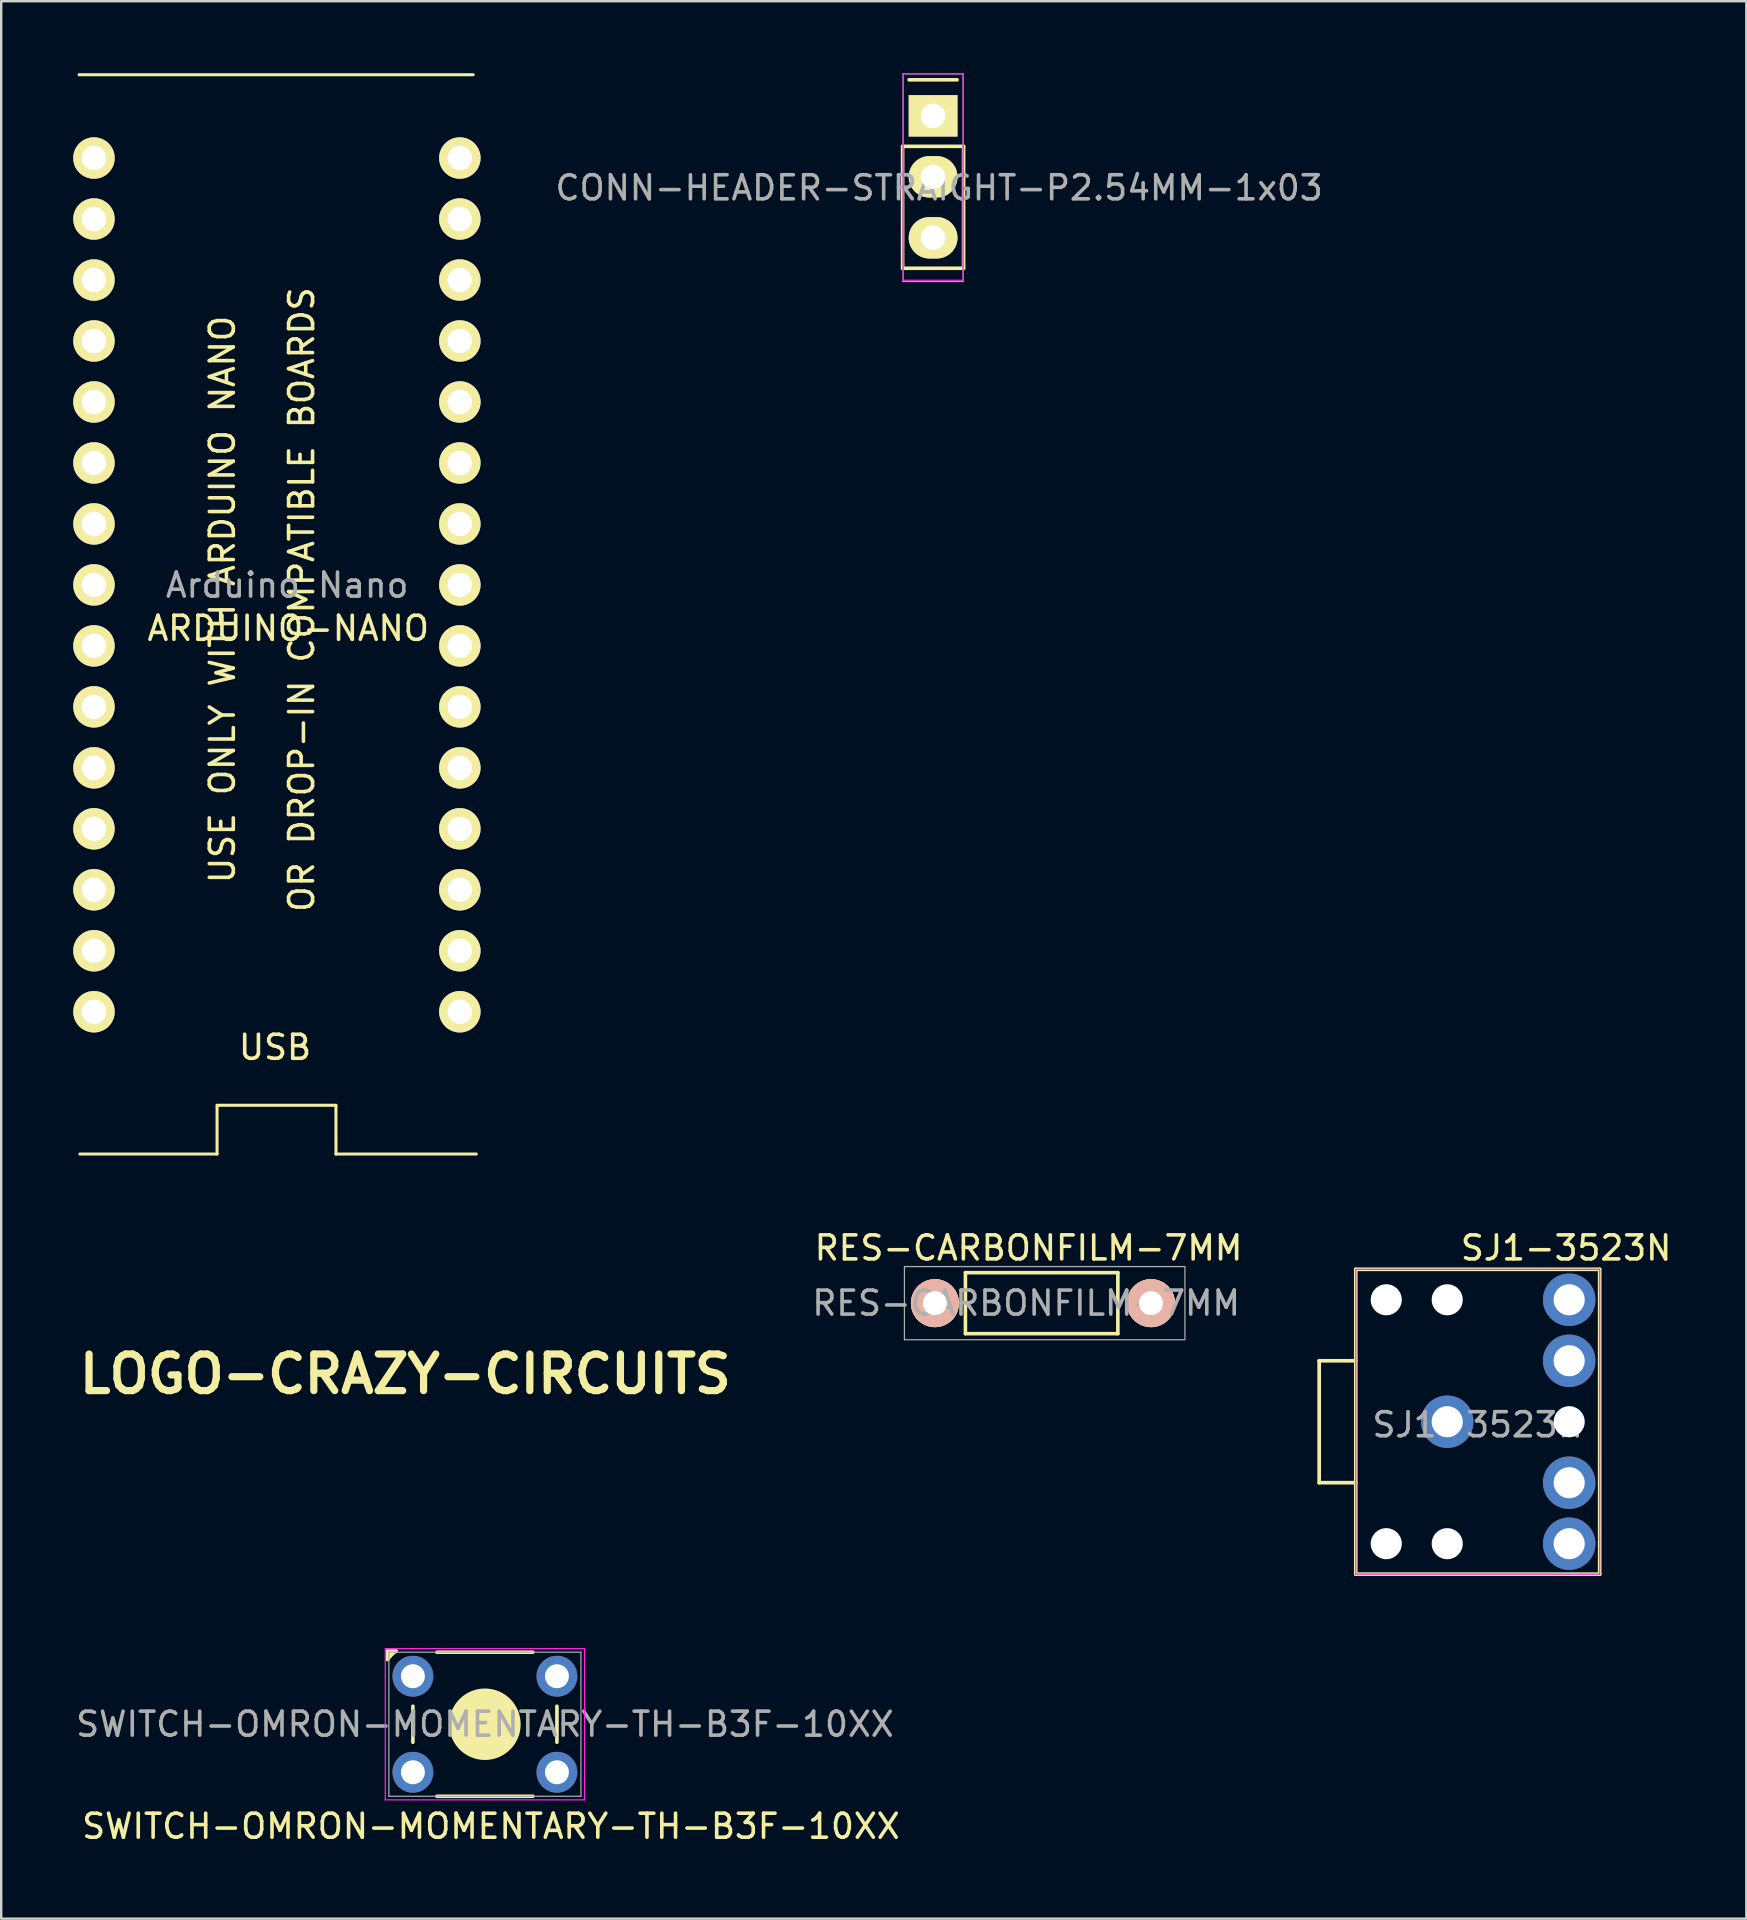
<source format=kicad_pcb>
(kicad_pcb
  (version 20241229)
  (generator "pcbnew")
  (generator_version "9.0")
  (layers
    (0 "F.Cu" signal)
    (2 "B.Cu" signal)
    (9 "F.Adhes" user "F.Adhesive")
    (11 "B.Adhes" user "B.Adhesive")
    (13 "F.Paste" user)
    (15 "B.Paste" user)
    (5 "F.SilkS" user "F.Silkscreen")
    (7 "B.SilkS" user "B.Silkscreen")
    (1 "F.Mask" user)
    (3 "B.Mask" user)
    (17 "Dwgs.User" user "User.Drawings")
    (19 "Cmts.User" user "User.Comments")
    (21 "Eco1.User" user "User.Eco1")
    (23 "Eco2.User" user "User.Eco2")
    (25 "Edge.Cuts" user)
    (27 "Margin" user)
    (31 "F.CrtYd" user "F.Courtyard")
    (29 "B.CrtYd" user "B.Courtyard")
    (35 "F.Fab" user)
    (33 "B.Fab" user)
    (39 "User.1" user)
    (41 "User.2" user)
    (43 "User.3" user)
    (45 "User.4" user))
  (footprint "LOGO-CRAZY-CIRCUITS"
    (layer "F.Cu")
    (at 13.832 54.186)
    (property "Reference" "LOGO-CRAZY-CIRCUITS" (at 0 0 0) (layer "F.SilkS") (effects (font (size 1.524 1.524) (thickness 0.3))))
    (attr through_hole)
    (fp_poly (pts (xy 11.684 6.35) (xy -11.43 6.35) (xy -11.43 -6.096) (xy 11.684 -6.096) (xy 11.684 6.35)) (stroke (width 0.01) (type solid)) (fill yes) (layer "F.Mask")))
  (footprint "CONN-HEADER-STRAIGHT-P2.54MM-1x03"
    (layer "F.Cu")
    (at 35.818 1.775)
    (property "Reference" "CONN-HEADER-STRAIGHT-P2.54MM-1x03" (at 0.25 3 180) (layer "F.Fab") (effects (font (size 1 1) (thickness 0.15))))
    (attr through_hole)
    (fp_line (start -1.27 1.27) (end -1.27 6.35) (stroke (width 0.15) (type solid)) (layer "F.SilkS"))
    (fp_line (start -1.27 6.35) (end 1.27 6.35) (stroke (width 0.15) (type solid)) (layer "F.SilkS"))
    (fp_line (start -1 -1.5) (end 1 -1.5) (stroke (width 0.15) (type solid)) (layer "F.SilkS"))
    (fp_line (start 1.27 1.27) (end -1.27 1.27) (stroke (width 0.15) (type solid)) (layer "F.SilkS"))
    (fp_line (start 1.27 6.35) (end 1.27 1.27) (stroke (width 0.15) (type solid)) (layer "F.SilkS"))
    (fp_line (start -1.25 -1.75) (end -1.25 6.85) (stroke (width 0.05) (type solid)) (layer "F.CrtYd"))
    (fp_line (start -1.25 -1.75) (end 1.25 -1.75) (stroke (width 0.05) (type solid)) (layer "F.CrtYd"))
    (fp_line (start -1.25 6.85) (end 1.25 6.85) (stroke (width 0.05) (type solid)) (layer "F.CrtYd"))
    (fp_line (start 1.25 -1.75) (end 1.25 6.85) (stroke (width 0.05) (type solid)) (layer "F.CrtYd"))
    (fp_line (start -1.25 -1.75) (end -1.25 6.9) (stroke (width 0.051) (type solid)) (layer "F.Fab"))
    (fp_line (start 1.25 -1.75) (end -1.25 -1.75) (stroke (width 0.051) (type solid)) (layer "F.Fab"))
    (fp_line (start 1.25 -1.75) (end 1.25 6.9) (stroke (width 0.051) (type solid)) (layer "F.Fab"))
    (fp_line (start 1.25 6.9) (end -1.25 6.9) (stroke (width 0.051) (type solid)) (layer "F.Fab"))
    (pad "1" thru_hole rect (at 0 0) (size 2.032 1.727) (drill 1.016) (layers "*.Cu" "*.Mask" "F.SilkS"))
    (pad "2" thru_hole oval (at 0 2.54) (size 2.032 1.727) (drill 1.016) (layers "*.Cu" "*.Mask" "F.SilkS"))
    (pad "3" thru_hole oval (at 0 5.08) (size 2.032 1.727) (drill 1.016) (layers "*.Cu" "*.Mask" "F.SilkS")))
  (footprint "RES-CARBONFILM-7MM"
    (layer "F.Cu")
    (at 35.894 51.233)
    (property "Reference" "RES-CARBONFILM-7MM" (at 3.8 0 0) (layer "F.Fab") (effects (font (size 1 1) (thickness 0.15))))
    (attr through_hole)
    (fp_line (start 1.27 -1.27) (end 7.62 -1.27) (stroke (width 0.15) (type solid)) (layer "F.SilkS"))
    (fp_line (start 1.27 1.27) (end 1.27 -1.27) (stroke (width 0.15) (type solid)) (layer "F.SilkS"))
    (fp_line (start 7.62 -1.27) (end 7.62 1.27) (stroke (width 0.15) (type solid)) (layer "F.SilkS"))
    (fp_line (start 7.62 1.27) (end 1.27 1.27) (stroke (width 0.15) (type solid)) (layer "F.SilkS"))
    (fp_line (start -1.27 -1.524) (end -1.27 1.524) (stroke (width 0.051) (type solid)) (layer "F.Fab"))
    (fp_line (start -1.27 1.524) (end 10.414 1.524) (stroke (width 0.051) (type solid)) (layer "F.Fab"))
    (fp_line (start 10.414 -1.524) (end -1.27 -1.524) (stroke (width 0.051) (type solid)) (layer "F.Fab"))
    (fp_line (start 10.414 1.5) (end 10.414 -1.5) (stroke (width 0.051) (type solid)) (layer "F.Fab"))
    (fp_text user "${REFERENCE}" (at 3.9 -2.3 0) (layer "F.SilkS") (effects (font (size 1 1) (thickness 0.15))))
    (pad "1" thru_hole circle (at 0 0) (size 1.999 1.999) (drill 1.001) (layers "*.Cu" "*.SilkS" "*.Mask"))
    (pad "2" thru_hole circle (at 9 0) (size 1.999 1.999) (drill 1.001) (layers "*.Cu" "*.SilkS" "*.Mask")))
  (footprint "SWITCH-OMRON-MOMENTARY-TH-B3F-10XX"
    (layer "F.Cu")
    (at 14.149 66.773)
    (property "Reference" "SWITCH-OMRON-MOMENTARY-TH-B3F-10XX" (at 3 2 0) (layer "F.Fab") (effects (font (size 1 1) (thickness 0.15))))
    (attr through_hole)
    (fp_line (start -1.05 -1.05) (end -1.05 -0.7) (stroke (width 0.15) (type solid)) (layer "F.SilkS"))
    (fp_line (start -1.05 -1.05) (end -0.7 -1.05) (stroke (width 0.15) (type solid)) (layer "F.SilkS"))
    (fp_line (start -0.95 -1) (end -0.95 -0.9) (stroke (width 0.15) (type solid)) (layer "F.SilkS"))
    (fp_line (start 0 2) (end 0 2) (stroke (width 0.1) (type solid)) (layer "F.SilkS"))
    (fp_line (start 0 2.75) (end 0 1.25) (stroke (width 0.15) (type solid)) (layer "F.SilkS"))
    (fp_line (start 1 -1) (end 5 -1) (stroke (width 0.15) (type solid)) (layer "F.SilkS"))
    (fp_line (start 1 5) (end 5 5) (stroke (width 0.15) (type solid)) (layer "F.SilkS"))
    (fp_line (start 5 -1) (end 1 -1) (stroke (width 0.1) (type solid)) (layer "F.SilkS"))
    (fp_line (start 5 5) (end 1 5) (stroke (width 0.1) (type solid)) (layer "F.SilkS"))
    (fp_line (start 6 1.25) (end 6 2.75) (stroke (width 0.15) (type solid)) (layer "F.SilkS"))
    (fp_line (start 6 2) (end 6 2) (stroke (width 0.1) (type solid)) (layer "F.SilkS"))
    (fp_arc (start -1.05 -0.7) (mid -0.892328 -0.892328) (end -0.7 -1.05) (stroke (width 0.15) (type solid)) (layer "F.SilkS"))
    (fp_circle (center 3 2) (end 4 3) (stroke (width 0) (type solid)) (fill yes) (layer "F.SilkS"))
    (fp_circle (center 3 2) (end 4 3) (stroke (width 0.15) (type solid)) (fill no) (layer "F.SilkS"))
    (fp_line (start -1.15 -1.15) (end 0.45 -1.15) (stroke (width 0.05) (type solid)) (layer "F.CrtYd"))
    (fp_line (start -1.15 0) (end -1.15 -1.15) (stroke (width 0.05) (type solid)) (layer "F.CrtYd"))
    (fp_line (start -1.15 0) (end -1.15 5.15) (stroke (width 0.05) (type solid)) (layer "F.CrtYd"))
    (fp_line (start -1.15 5.15) (end 7.15 5.15) (stroke (width 0.05) (type solid)) (layer "F.CrtYd"))
    (fp_line (start 7.15 -1.15) (end 0.45 -1.15) (stroke (width 0.05) (type solid)) (layer "F.CrtYd"))
    (fp_line (start 7.15 5.15) (end 7.15 -1.15) (stroke (width 0.05) (type solid)) (layer "F.CrtYd"))
    (fp_line (start -1 -1) (end -1 5) (stroke (width 0.05) (type solid)) (layer "F.Fab"))
    (fp_line (start -1 5) (end 7 5) (stroke (width 0.05) (type solid)) (layer "F.Fab"))
    (fp_line (start 7 -1) (end -1 -1) (stroke (width 0.05) (type solid)) (layer "F.Fab"))
    (fp_line (start 7 5) (end 7 -1) (stroke (width 0.05) (type solid)) (layer "F.Fab"))
    (fp_text user "${REFERENCE}" (at 3.25 6.25 0) (layer "F.SilkS") (effects (font (size 1 1) (thickness 0.15))))
    (pad "1" thru_hole circle (at 0 0) (size 1.7 1.7) (drill 1) (layers "*.Cu" "*.Mask"))
    (pad "2" thru_hole circle (at 6 0) (size 1.7 1.7) (drill 1) (layers "*.Cu" "*.Mask"))
    (pad "3" thru_hole circle (at 0 4) (size 1.7 1.7) (drill 1) (layers "*.Cu" "*.Mask"))
    (pad "4" thru_hole circle (at 6 4) (size 1.7 1.7) (drill 1) (layers "*.Cu" "*.Mask")))
  (footprint "ARDUINO-NANO"
    (layer "F.Cu")
    (at 8.557 21.623)
    (property "Reference" "ARDUINO-NANO" (at 0.4 1.5 0) (layer "F.SilkS") (effects (font (size 1 1) (thickness 0.15))))
    (attr through_hole)
    (fp_line (start -8.313 -21.56) (end 8.103 -21.56) (stroke (width 0.127) (type solid)) (layer "F.SilkS"))
    (fp_line (start -8.28 23.398) (end -2.565 23.398) (stroke (width 0.127) (type solid)) (layer "F.SilkS"))
    (fp_line (start -2.565 23.39) (end -2.565 21.39) (stroke (width 0.127) (type solid)) (layer "F.SilkS"))
    (fp_line (start 2.388 21.366) (end -2.565 21.366) (stroke (width 0.127) (type solid)) (layer "F.SilkS"))
    (fp_line (start 2.388 23.398) (end 2.387 21.39) (stroke (width 0.127) (type solid)) (layer "F.SilkS"))
    (fp_line (start 2.388 23.398) (end 8.23 23.398) (stroke (width 0.127) (type solid)) (layer "F.SilkS"))
    (fp_text user "OR DROP-IN COMPATIBLE BOARDS" (at 0.958 0.301 90) (layer "F.SilkS") (effects (font (size 1 1) (thickness 0.15))))
    (fp_text user "USE ONLY WITH ARDUINO NANO" (at -2.344 0.301 90) (layer "F.SilkS") (effects (font (size 1 1) (thickness 0.15))))
    (fp_text user "USB" (at -0.152 18.953 0) (layer "F.SilkS") (effects (font (size 1 1) (thickness 0.15))))
    (fp_text user "Arduino Nano" (at 0.356 -0.299 0) (layer "F.Fab") (effects (font (size 1 1) (thickness 0.15))))
    (pad "3V3" thru_hole circle (at 7.547 14.931 180) (size 1.727 1.727) (drill 1.016) (layers "*.Cu" "*.Mask" "F.SilkS"))
    (pad "5V" thru_hole circle (at 7.547 -10.47 180) (size 1.727 1.727) (drill 1.016) (layers "*.Cu" "*.Mask" "F.SilkS"))
    (pad "A0" thru_hole circle (at 7.547 9.851 180) (size 1.727 1.727) (drill 1.016) (layers "*.Cu" "*.Mask" "F.SilkS"))
    (pad "A1" thru_hole circle (at 7.547 7.311 180) (size 1.727 1.727) (drill 1.016) (layers "*.Cu" "*.Mask" "F.SilkS"))
    (pad "A2" thru_hole circle (at 7.547 4.771 180) (size 1.727 1.727) (drill 1.016) (layers "*.Cu" "*.Mask" "F.SilkS"))
    (pad "A3" thru_hole circle (at 7.547 2.231 180) (size 1.727 1.727) (drill 1.016) (layers "*.Cu" "*.Mask" "F.SilkS"))
    (pad "A4" thru_hole circle (at 7.547 -0.309 180) (size 1.727 1.727) (drill 1.016) (layers "*.Cu" "*.Mask" "F.SilkS"))
    (pad "A5" thru_hole circle (at 7.547 -2.849 180) (size 1.727 1.727) (drill 1.016) (layers "*.Cu" "*.Mask" "F.SilkS"))
    (pad "A6" thru_hole circle (at 7.547 -5.389 180) (size 1.727 1.727) (drill 1.016) (layers "*.Cu" "*.Mask" "F.SilkS"))
    (pad "A7" thru_hole circle (at 7.547 -7.929 180) (size 1.727 1.727) (drill 1.016) (layers "*.Cu" "*.Mask" "F.SilkS"))
    (pad "D0RX" thru_hole circle (at -7.693 -15.55 180) (size 1.727 1.727) (drill 1.016) (layers "*.Cu" "*.Mask" "F.SilkS"))
    (pad "D1TX" thru_hole circle (at -7.693 -18.09 180) (size 1.727 1.727) (drill 1.016) (layers "*.Cu" "*.Mask" "F.SilkS"))
    (pad "D2" thru_hole circle (at -7.693 -7.929 180) (size 1.727 1.727) (drill 1.016) (layers "*.Cu" "*.Mask" "F.SilkS"))
    (pad "D3" thru_hole circle (at -7.693 -5.389 180) (size 1.727 1.727) (drill 1.016) (layers "*.Cu" "*.Mask" "F.SilkS"))
    (pad "D4" thru_hole circle (at -7.693 -2.849 180) (size 1.727 1.727) (drill 1.016) (layers "*.Cu" "*.Mask" "F.SilkS"))
    (pad "D5" thru_hole circle (at -7.693 -0.309 180) (size 1.727 1.727) (drill 1.016) (layers "*.Cu" "*.Mask" "F.SilkS"))
    (pad "D6" thru_hole circle (at -7.693 2.231 180) (size 1.727 1.727) (drill 1.016) (layers "*.Cu" "*.Mask" "F.SilkS"))
    (pad "D7" thru_hole circle (at -7.693 4.771 180) (size 1.727 1.727) (drill 1.016) (layers "*.Cu" "*.Mask" "F.SilkS"))
    (pad "D8" thru_hole circle (at -7.693 7.311 180) (size 1.727 1.727) (drill 1.016) (layers "*.Cu" "*.Mask" "F.SilkS"))
    (pad "D9" thru_hole circle (at -7.693 9.851 180) (size 1.727 1.727) (drill 1.016) (layers "*.Cu" "*.Mask" "F.SilkS"))
    (pad "D10" thru_hole circle (at -7.693 12.39 180) (size 1.727 1.727) (drill 1.016) (layers "*.Cu" "*.Mask" "F.SilkS"))
    (pad "D11" thru_hole circle (at -7.693 14.931 180) (size 1.727 1.727) (drill 1.016) (layers "*.Cu" "*.Mask" "F.SilkS"))
    (pad "D12" thru_hole circle (at -7.693 17.471 180) (size 1.727 1.727) (drill 1.016) (layers "*.Cu" "*.Mask" "F.SilkS"))
    (pad "D13" thru_hole circle (at 7.547 17.471 180) (size 1.727 1.727) (drill 1.016) (layers "*.Cu" "*.Mask" "F.SilkS"))
    (pad "GND" thru_hole circle (at -7.693 -10.47 180) (size 1.727 1.727) (drill 1.016) (layers "*.Cu" "*.Mask" "F.SilkS"))
    (pad "GND" thru_hole circle (at 7.547 -15.55 180) (size 1.727 1.727) (drill 1.016) (layers "*.Cu" "*.Mask" "F.SilkS"))
    (pad "REF" thru_hole circle (at 7.547 12.39 180) (size 1.727 1.727) (drill 1.016) (layers "*.Cu" "*.Mask" "F.SilkS"))
    (pad "RST" thru_hole circle (at -7.693 -13.009 180) (size 1.727 1.727) (drill 1.016) (layers "*.Cu" "*.Mask" "F.SilkS"))
    (pad "RST" thru_hole circle (at 7.547 -13.009 180) (size 1.727 1.727) (drill 1.016) (layers "*.Cu" "*.Mask" "F.SilkS"))
    (pad "VIN" thru_hole circle (at 7.547 -18.09 180) (size 1.727 1.727) (drill 1.016) (layers "*.Cu" "*.Mask" "F.SilkS")))
  (footprint "SJ1-3523N"
    (layer "F.Cu")
    (at 57.234 58.712)
    (property "Reference" "SJ1-3523N" (at 1.27 -2.413 0) (layer "F.Fab") (effects (font (size 1 1) (thickness 0.15))))
    (attr through_hole)
    (fp_line (start -5.334 -5.08) (end -5.334 0) (stroke (width 0.152) (type solid)) (layer "F.SilkS"))
    (fp_line (start -5.334 0) (end -3.81 0) (stroke (width 0.152) (type solid)) (layer "F.SilkS"))
    (fp_line (start -3.81 -8.89) (end -3.81 3.81) (stroke (width 0.152) (type solid)) (layer "F.SilkS"))
    (fp_line (start -3.81 -5.08) (end -5.334 -5.08) (stroke (width 0.152) (type solid)) (layer "F.SilkS"))
    (fp_line (start -3.81 3.81) (end 6.35 3.81) (stroke (width 0.152) (type solid)) (layer "F.SilkS"))
    (fp_line (start 6.35 -8.89) (end -3.81 -8.89) (stroke (width 0.152) (type solid)) (layer "F.SilkS"))
    (fp_line (start 6.35 3.81) (end 6.35 -8.89) (stroke (width 0.152) (type solid)) (layer "F.SilkS"))
    (fp_line (start -3.81 -8.89) (end -3.81 3.81) (stroke (width 0.041) (type solid)) (layer "F.CrtYd"))
    (fp_line (start -3.81 3.81) (end 6.35 3.81) (stroke (width 0.041) (type solid)) (layer "F.CrtYd"))
    (fp_line (start 6.35 -8.89) (end -3.81 -8.89) (stroke (width 0.041) (type solid)) (layer "F.CrtYd"))
    (fp_line (start 6.35 3.81) (end 6.35 -8.89) (stroke (width 0.041) (type solid)) (layer "F.CrtYd"))
    (fp_line (start -3.81 -8.89) (end -3.81 3.81) (stroke (width 0.041) (type solid)) (layer "F.Fab"))
    (fp_line (start -3.81 3.81) (end 6.35 3.81) (stroke (width 0.041) (type solid)) (layer "F.Fab"))
    (fp_line (start 6.35 -8.89) (end -3.81 -8.89) (stroke (width 0.041) (type solid)) (layer "F.Fab"))
    (fp_line (start 6.35 -8.89) (end 6.35 3.81) (stroke (width 0.041) (type solid)) (layer "F.Fab"))
    (fp_text user "${REFERENCE}" (at 4.953 -9.779 0) (layer "F.SilkS") (effects (font (size 1 1) (thickness 0.15))))
    (pad "" np_thru_hole circle (at -2.54 -7.62) (size 1.295 1.295) (drill 1.295) (layers "*.Cu"))
    (pad "" np_thru_hole circle (at -2.54 2.54) (size 1.295 1.295) (drill 1.295) (layers "*.Cu"))
    (pad "" np_thru_hole circle (at 0 -7.62) (size 1.295 1.295) (drill 1.295) (layers "*.Cu"))
    (pad "" np_thru_hole circle (at 0 2.54) (size 1.295 1.295) (drill 1.295) (layers "*.Cu"))
    (pad "" np_thru_hole circle (at 5.08 -2.54) (size 1.295 1.295) (drill 1.295) (layers "*.Cu"))
    (pad "1" thru_hole circle (at 5.08 2.54) (size 2.184 2.184) (drill 1.295) (layers "*.Cu" "*.Mask"))
    (pad "2" thru_hole circle (at 5.08 0) (size 2.184 2.184) (drill 1.295) (layers "*.Cu" "*.Mask"))
    (pad "3" thru_hole circle (at 5.08 -5.08) (size 2.184 2.184) (drill 1.295) (layers "*.Cu" "*.Mask"))
    (pad "4" thru_hole circle (at 5.08 -7.62) (size 2.184 2.184) (drill 1.295) (layers "*.Cu" "*.Mask"))
    (pad "5" thru_hole circle (at 0 -2.54) (size 2.184 2.184) (drill 1.295) (layers "*.Cu" "*.Mask")))
  (gr_rect
    (start -3 -3)
    (end 69.693 76.872)
    (stroke (width 0.1) (type default))
    (fill no)
    (layer "Edge.Cuts")))
</source>
